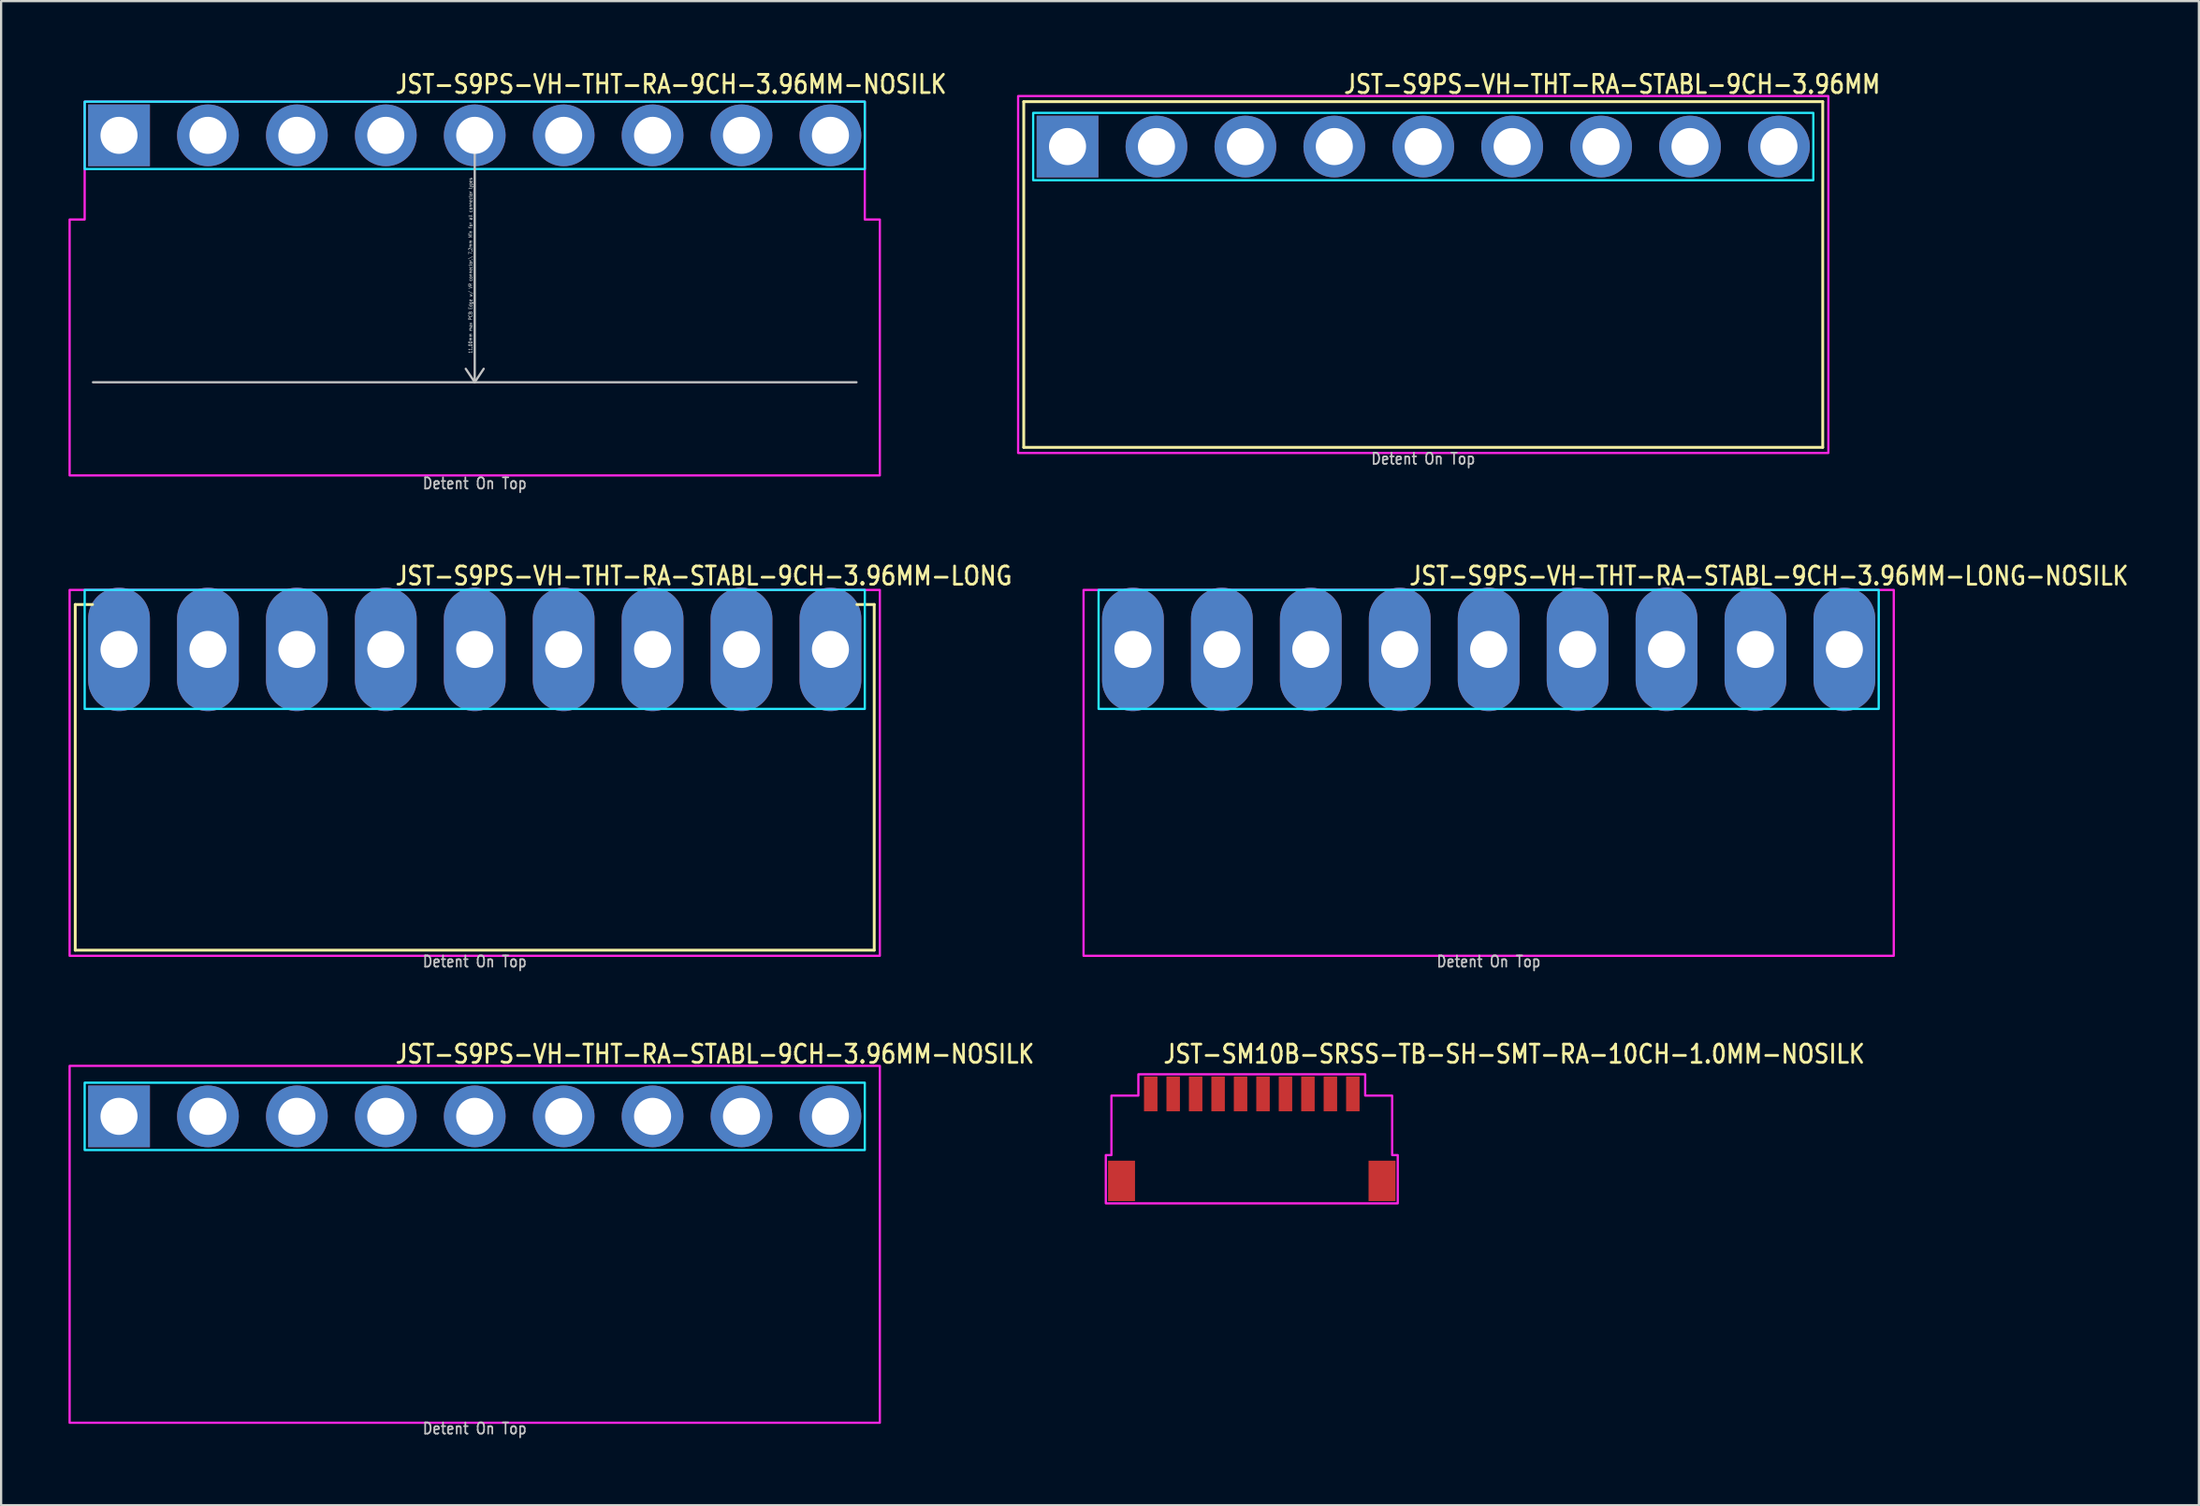
<source format=kicad_pcb>
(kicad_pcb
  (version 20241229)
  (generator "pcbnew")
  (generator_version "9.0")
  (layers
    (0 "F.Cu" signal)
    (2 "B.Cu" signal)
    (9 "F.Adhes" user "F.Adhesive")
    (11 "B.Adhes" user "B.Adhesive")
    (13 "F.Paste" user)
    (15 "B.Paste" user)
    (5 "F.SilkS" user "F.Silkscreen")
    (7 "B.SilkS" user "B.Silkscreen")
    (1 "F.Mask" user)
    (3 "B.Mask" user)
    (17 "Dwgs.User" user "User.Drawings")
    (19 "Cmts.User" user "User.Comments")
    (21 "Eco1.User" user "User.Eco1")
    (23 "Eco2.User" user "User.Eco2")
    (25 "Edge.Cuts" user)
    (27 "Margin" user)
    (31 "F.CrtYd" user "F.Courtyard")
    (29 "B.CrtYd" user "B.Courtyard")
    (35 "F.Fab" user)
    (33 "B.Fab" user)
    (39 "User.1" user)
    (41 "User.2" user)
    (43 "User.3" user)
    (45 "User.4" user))
  (footprint "JST-S9PS-VH-THT-RA-STABL-9CH-3.96MM-LONG"
    (layer "F.Cu")
    (at 18.09 25.88)
    (property "Reference" "JST-S9PS-VH-THT-RA-STABL-9CH-3.96MM-LONG" (at -3.6 -2.8 0) (unlocked yes) (layer "F.SilkS") (effects (font (size 0.813 0.695) (thickness 0.122)) (justify left bottom)))
    (fp_line (start -17.79 -2) (end -17.02 -2) (stroke (width 0.127) (type solid)) (layer "F.SilkS"))
    (fp_line (start -17.79 13.4) (end -17.79 -2) (stroke (width 0.127) (type solid)) (layer "F.SilkS"))
    (fp_line (start -17.79 13.4) (end 17.79 13.4) (stroke (width 0.127) (type solid)) (layer "F.SilkS"))
    (fp_line (start 17.79 -2) (end 17.02 -2) (stroke (width 0.127) (type solid)) (layer "F.SilkS"))
    (fp_line (start 17.79 -2) (end 17.79 13.4) (stroke (width 0.127) (type solid)) (layer "F.SilkS"))
    (fp_poly (pts (xy -17.37 -2.65) (xy -17.37 2.65) (xy 17.37 2.65) (xy 17.37 -2.65)) (stroke (width 0.1) (type solid)) (fill no) (layer "B.CrtYd"))
    (fp_poly (pts (xy -18.04 -2.65) (xy -18.04 13.65) (xy 18.04 13.65) (xy 18.04 -2.65)) (stroke (width 0.1) (type solid)) (fill no) (layer "F.CrtYd"))
    (fp_text user "Detent On Top" (at 0 14.2 0) (unlocked yes) (layer "Dwgs.User") (effects (font (size 0.5 0.427) (thickness 0.075)) (justify bottom)))
    (pad "P$1" thru_hole oval (at -15.84 0 90) (size 5.5 2.75) (drill 1.65) (layers "*.Cu" "*.Mask"))
    (pad "P$2" thru_hole oval (at -11.88 0 90) (size 5.5 2.75) (drill 1.65) (layers "*.Cu" "*.Mask"))
    (pad "P$3" thru_hole oval (at -7.92 0 90) (size 5.5 2.75) (drill 1.65) (layers "*.Cu" "*.Mask"))
    (pad "P$4" thru_hole oval (at -3.96 0 90) (size 5.5 2.75) (drill 1.65) (layers "*.Cu" "*.Mask"))
    (pad "P$5" thru_hole oval (at 0 0 90) (size 5.5 2.75) (drill 1.65) (layers "*.Cu" "*.Mask"))
    (pad "P$6" thru_hole oval (at 3.96 0 90) (size 5.5 2.75) (drill 1.65) (layers "*.Cu" "*.Mask"))
    (pad "P$7" thru_hole oval (at 7.92 0 90) (size 5.5 2.75) (drill 1.65) (layers "*.Cu" "*.Mask"))
    (pad "P$8" thru_hole oval (at 11.88 0 90) (size 5.5 2.75) (drill 1.65) (layers "*.Cu" "*.Mask"))
    (pad "P$9" thru_hole oval (at 15.84 0 90) (size 5.5 2.75) (drill 1.65) (layers "*.Cu" "*.Mask")))
  (footprint "JST-SM10B-SRSS-TB-SH-SMT-RA-10CH-1.0MM-NOSILK"
    (layer "F.Cu")
    (at 52.693 47.682)
    (property "Reference" "JST-SM10B-SRSS-TB-SH-SMT-RA-10CH-1.0MM-NOSILK" (at -4 -3.3 0) (unlocked yes) (layer "F.SilkS") (effects (font (size 0.813 0.695) (thickness 0.122)) (justify left bottom)))
    (fp_poly (pts (xy -6.5 2.875) (xy -6.5 0.725) (xy -6.25 0.725) (xy -6.25 -1.925) (xy -5.05 -1.925) (xy -5.05 -2.875) (xy 5.05 -2.875) (xy 5.05 -1.925) (xy 6.25 -1.925) (xy 6.25 0.725) (xy 6.5 0.725) (xy 6.5 2.875)) (stroke (width 0.1) (type solid)) (fill no) (layer "F.CrtYd"))
    (pad "P$1" smd rect (at -4.5 -2) (size 0.6 1.55) (layers "F.Cu" "F.Mask" "F.Paste"))
    (pad "P$2" smd rect (at -3.5 -2) (size 0.6 1.55) (layers "F.Cu" "F.Mask" "F.Paste"))
    (pad "P$3" smd rect (at -2.5 -2) (size 0.6 1.55) (layers "F.Cu" "F.Mask" "F.Paste"))
    (pad "P$4" smd rect (at -1.5 -2) (size 0.6 1.55) (layers "F.Cu" "F.Mask" "F.Paste"))
    (pad "P$5" smd rect (at -0.5 -2) (size 0.6 1.55) (layers "F.Cu" "F.Mask" "F.Paste"))
    (pad "P$6" smd rect (at 0.5 -2) (size 0.6 1.55) (layers "F.Cu" "F.Mask" "F.Paste"))
    (pad "P$7" smd rect (at 1.5 -2) (size 0.6 1.55) (layers "F.Cu" "F.Mask" "F.Paste"))
    (pad "P$8" smd rect (at 2.5 -2) (size 0.6 1.55) (layers "F.Cu" "F.Mask" "F.Paste"))
    (pad "P$9" smd rect (at 3.5 -2) (size 0.6 1.55) (layers "F.Cu" "F.Mask" "F.Paste"))
    (pad "P$10" smd rect (at 4.5 -2) (size 0.6 1.55) (layers "F.Cu" "F.Mask" "F.Paste"))
    (pad "S$10" smd rect (at -5.8 1.875) (size 1.2 1.8) (layers "F.Cu" "F.Mask" "F.Paste"))
    (pad "S$11" smd rect (at 5.8 1.875) (size 1.2 1.8) (layers "F.Cu" "F.Mask" "F.Paste")))
  (footprint "JST-S9PS-VH-THT-RA-STABL-9CH-3.96MM-LONG-NOSILK"
    (layer "F.Cu")
    (at 63.241 25.88)
    (property "Reference" "JST-S9PS-VH-THT-RA-STABL-9CH-3.96MM-LONG-NOSILK" (at -3.6 -2.8 0) (unlocked yes) (layer "F.SilkS") (effects (font (size 0.813 0.695) (thickness 0.122)) (justify left bottom)))
    (fp_poly (pts (xy -17.37 -2.65) (xy -17.37 2.65) (xy 17.37 2.65) (xy 17.37 -2.65)) (stroke (width 0.1) (type solid)) (fill no) (layer "B.CrtYd"))
    (fp_poly (pts (xy -18.04 -2.65) (xy -18.04 13.65) (xy 18.04 13.65) (xy 18.04 -2.65)) (stroke (width 0.1) (type solid)) (fill no) (layer "F.CrtYd"))
    (fp_text user "Detent On Top" (at 0 14.2 0) (unlocked yes) (layer "Dwgs.User") (effects (font (size 0.5 0.427) (thickness 0.075)) (justify bottom)))
    (pad "P$1" thru_hole oval (at -15.84 0 90) (size 5.5 2.75) (drill 1.65) (layers "*.Cu" "*.Mask"))
    (pad "P$2" thru_hole oval (at -11.88 0 90) (size 5.5 2.75) (drill 1.65) (layers "*.Cu" "*.Mask"))
    (pad "P$3" thru_hole oval (at -7.92 0 90) (size 5.5 2.75) (drill 1.65) (layers "*.Cu" "*.Mask"))
    (pad "P$4" thru_hole oval (at -3.96 0 90) (size 5.5 2.75) (drill 1.65) (layers "*.Cu" "*.Mask"))
    (pad "P$5" thru_hole oval (at 0 0 90) (size 5.5 2.75) (drill 1.65) (layers "*.Cu" "*.Mask"))
    (pad "P$6" thru_hole oval (at 3.96 0 90) (size 5.5 2.75) (drill 1.65) (layers "*.Cu" "*.Mask"))
    (pad "P$7" thru_hole oval (at 7.92 0 90) (size 5.5 2.75) (drill 1.65) (layers "*.Cu" "*.Mask"))
    (pad "P$8" thru_hole oval (at 11.88 0 90) (size 5.5 2.75) (drill 1.65) (layers "*.Cu" "*.Mask"))
    (pad "P$9" thru_hole oval (at 15.84 0 90) (size 5.5 2.75) (drill 1.65) (layers "*.Cu" "*.Mask")))
  (footprint "JST-S9PS-VH-THT-RA-STABL-9CH-3.96MM"
    (layer "F.Cu")
    (at 60.328 3.479)
    (property "Reference" "JST-S9PS-VH-THT-RA-STABL-9CH-3.96MM" (at -3.6 -2.3 0) (unlocked yes) (layer "F.SilkS") (effects (font (size 0.813 0.695) (thickness 0.122)) (justify left bottom)))
    (fp_line (start -17.79 -2) (end 17.79 -2) (stroke (width 0.127) (type solid)) (layer "F.SilkS"))
    (fp_line (start -17.79 13.4) (end -17.79 -2) (stroke (width 0.127) (type solid)) (layer "F.SilkS"))
    (fp_line (start -17.79 13.4) (end 17.79 13.4) (stroke (width 0.127) (type solid)) (layer "F.SilkS"))
    (fp_line (start 17.79 -2) (end 17.79 13.4) (stroke (width 0.127) (type solid)) (layer "F.SilkS"))
    (fp_poly (pts (xy -17.37 -1.5) (xy -17.37 1.5) (xy 17.37 1.5) (xy 17.37 -1.5)) (stroke (width 0.1) (type solid)) (fill no) (layer "B.CrtYd"))
    (fp_poly (pts (xy -18.04 13.65) (xy 18.04 13.65) (xy 18.04 -2.25) (xy -18.04 -2.25)) (stroke (width 0.1) (type solid)) (fill no) (layer "F.CrtYd"))
    (fp_text user "Detent On Top" (at 0 14.2 0) (unlocked yes) (layer "Dwgs.User") (effects (font (size 0.5 0.427) (thickness 0.075)) (justify bottom)))
    (pad "P$1" thru_hole rect (at -15.84 0) (size 2.75 2.75) (drill 1.65) (layers "*.Cu" "*.Mask"))
    (pad "P$2" thru_hole oval (at -11.88 0) (size 2.75 2.75) (drill 1.65) (layers "*.Cu" "*.Mask"))
    (pad "P$3" thru_hole oval (at -7.92 0) (size 2.75 2.75) (drill 1.65) (layers "*.Cu" "*.Mask"))
    (pad "P$4" thru_hole oval (at -3.96 0) (size 2.75 2.75) (drill 1.65) (layers "*.Cu" "*.Mask"))
    (pad "P$5" thru_hole oval (at 0 0) (size 2.75 2.75) (drill 1.65) (layers "*.Cu" "*.Mask"))
    (pad "P$6" thru_hole oval (at 3.96 0) (size 2.75 2.75) (drill 1.65) (layers "*.Cu" "*.Mask"))
    (pad "P$7" thru_hole oval (at 7.92 0) (size 2.75 2.75) (drill 1.65) (layers "*.Cu" "*.Mask"))
    (pad "P$8" thru_hole oval (at 11.88 0) (size 2.75 2.75) (drill 1.65) (layers "*.Cu" "*.Mask"))
    (pad "P$9" thru_hole oval (at 15.84 0) (size 2.75 2.75) (drill 1.65) (layers "*.Cu" "*.Mask")))
  (footprint "JST-S9PS-VH-THT-RA-STABL-9CH-3.96MM-NOSILK"
    (layer "F.Cu")
    (at 18.09 46.682)
    (property "Reference" "JST-S9PS-VH-THT-RA-STABL-9CH-3.96MM-NOSILK" (at -3.6 -2.3 0) (unlocked yes) (layer "F.SilkS") (effects (font (size 0.813 0.695) (thickness 0.122)) (justify left bottom)))
    (fp_poly (pts (xy -17.37 -1.5) (xy -17.37 1.5) (xy 17.37 1.5) (xy 17.37 -1.5)) (stroke (width 0.1) (type solid)) (fill no) (layer "B.CrtYd"))
    (fp_poly (pts (xy -18.04 13.65) (xy 18.04 13.65) (xy 18.04 -2.25) (xy -18.04 -2.25)) (stroke (width 0.1) (type solid)) (fill no) (layer "F.CrtYd"))
    (fp_text user "Detent On Top" (at 0 14.2 0) (unlocked yes) (layer "Dwgs.User") (effects (font (size 0.5 0.427) (thickness 0.075)) (justify bottom)))
    (pad "P$1" thru_hole rect (at -15.84 0) (size 2.75 2.75) (drill 1.65) (layers "*.Cu" "*.Mask"))
    (pad "P$2" thru_hole oval (at -11.88 0) (size 2.75 2.75) (drill 1.65) (layers "*.Cu" "*.Mask"))
    (pad "P$3" thru_hole oval (at -7.92 0) (size 2.75 2.75) (drill 1.65) (layers "*.Cu" "*.Mask"))
    (pad "P$4" thru_hole oval (at -3.96 0) (size 2.75 2.75) (drill 1.65) (layers "*.Cu" "*.Mask"))
    (pad "P$5" thru_hole oval (at 0 0) (size 2.75 2.75) (drill 1.65) (layers "*.Cu" "*.Mask"))
    (pad "P$6" thru_hole oval (at 3.96 0) (size 2.75 2.75) (drill 1.65) (layers "*.Cu" "*.Mask"))
    (pad "P$7" thru_hole oval (at 7.92 0) (size 2.75 2.75) (drill 1.65) (layers "*.Cu" "*.Mask"))
    (pad "P$8" thru_hole oval (at 11.88 0) (size 2.75 2.75) (drill 1.65) (layers "*.Cu" "*.Mask"))
    (pad "P$9" thru_hole oval (at 15.84 0) (size 2.75 2.75) (drill 1.65) (layers "*.Cu" "*.Mask")))
  (footprint "JST-S9PS-VH-THT-RA-9CH-3.96MM-NOSILK"
    (layer "F.Cu")
    (at 18.09 2.979)
    (property "Reference" "JST-S9PS-VH-THT-RA-9CH-3.96MM-NOSILK" (at -3.6 -1.8 0) (unlocked yes) (layer "F.SilkS") (effects (font (size 0.813 0.695) (thickness 0.122)) (justify left bottom)))
    (fp_line (start -17 11) (end 17 11) (stroke (width 0.1) (type solid)) (layer "Dwgs.User"))
    (fp_line (start 0 0) (end -0.4 0.6) (stroke (width 0.1) (type solid)) (layer "Dwgs.User"))
    (fp_line (start 0 0) (end 0 11) (stroke (width 0.1) (type solid)) (layer "Dwgs.User"))
    (fp_line (start 0 0) (end 0.4 0.6) (stroke (width 0.1) (type solid)) (layer "Dwgs.User"))
    (fp_line (start 0 11) (end -0.4 10.4) (stroke (width 0.1) (type solid)) (layer "Dwgs.User"))
    (fp_line (start 0 11) (end 0.4 10.4) (stroke (width 0.1) (type solid)) (layer "Dwgs.User"))
    (fp_poly (pts (xy -17.37 -1.5) (xy -17.37 1.5) (xy 17.37 1.5) (xy 17.37 -1.5)) (stroke (width 0.1) (type solid)) (fill no) (layer "B.CrtYd"))
    (fp_poly (pts (xy -18.04 3.75) (xy -18.04 15.15) (xy 18.04 15.15) (xy 18.04 3.75) (xy 17.37 3.75) (xy 17.37 -1.5) (xy -17.37 -1.5) (xy -17.37 3.75)) (stroke (width 0.1) (type solid)) (fill no) (layer "F.CrtYd"))
    (fp_text user "11.00mm max PCB Edge w/ VR connector,\\ 7.2mm Min for all connector types" (at -0.1 5.8 90) (unlocked yes) (layer "Dwgs.User") (effects (font (size 0.15 0.128) (thickness 0.022)) (justify bottom)))
    (fp_text user "Detent On Top" (at 0 15.8 0) (unlocked yes) (layer "Dwgs.User") (effects (font (size 0.5 0.427) (thickness 0.075)) (justify bottom)))
    (pad "P$1" thru_hole rect (at -15.84 0) (size 2.75 2.75) (drill 1.65) (layers "*.Cu" "*.Mask"))
    (pad "P$2" thru_hole oval (at -11.88 0) (size 2.75 2.75) (drill 1.65) (layers "*.Cu" "*.Mask"))
    (pad "P$3" thru_hole oval (at -7.92 0) (size 2.75 2.75) (drill 1.65) (layers "*.Cu" "*.Mask"))
    (pad "P$4" thru_hole oval (at -3.96 0) (size 2.75 2.75) (drill 1.65) (layers "*.Cu" "*.Mask"))
    (pad "P$5" thru_hole oval (at 0 0) (size 2.75 2.75) (drill 1.65) (layers "*.Cu" "*.Mask"))
    (pad "P$6" thru_hole oval (at 3.96 0) (size 2.75 2.75) (drill 1.65) (layers "*.Cu" "*.Mask"))
    (pad "P$7" thru_hole oval (at 7.92 0) (size 2.75 2.75) (drill 1.65) (layers "*.Cu" "*.Mask"))
    (pad "P$8" thru_hole oval (at 11.88 0) (size 2.75 2.75) (drill 1.65) (layers "*.Cu" "*.Mask"))
    (pad "P$9" thru_hole oval (at 15.84 0) (size 2.75 2.75) (drill 1.65) (layers "*.Cu" "*.Mask")))
  (gr_rect
    (start -3 -3)
    (end 94.868 64.005)
    (stroke (width 0.1) (type default))
    (fill no)
    (layer "Edge.Cuts")))
</source>
